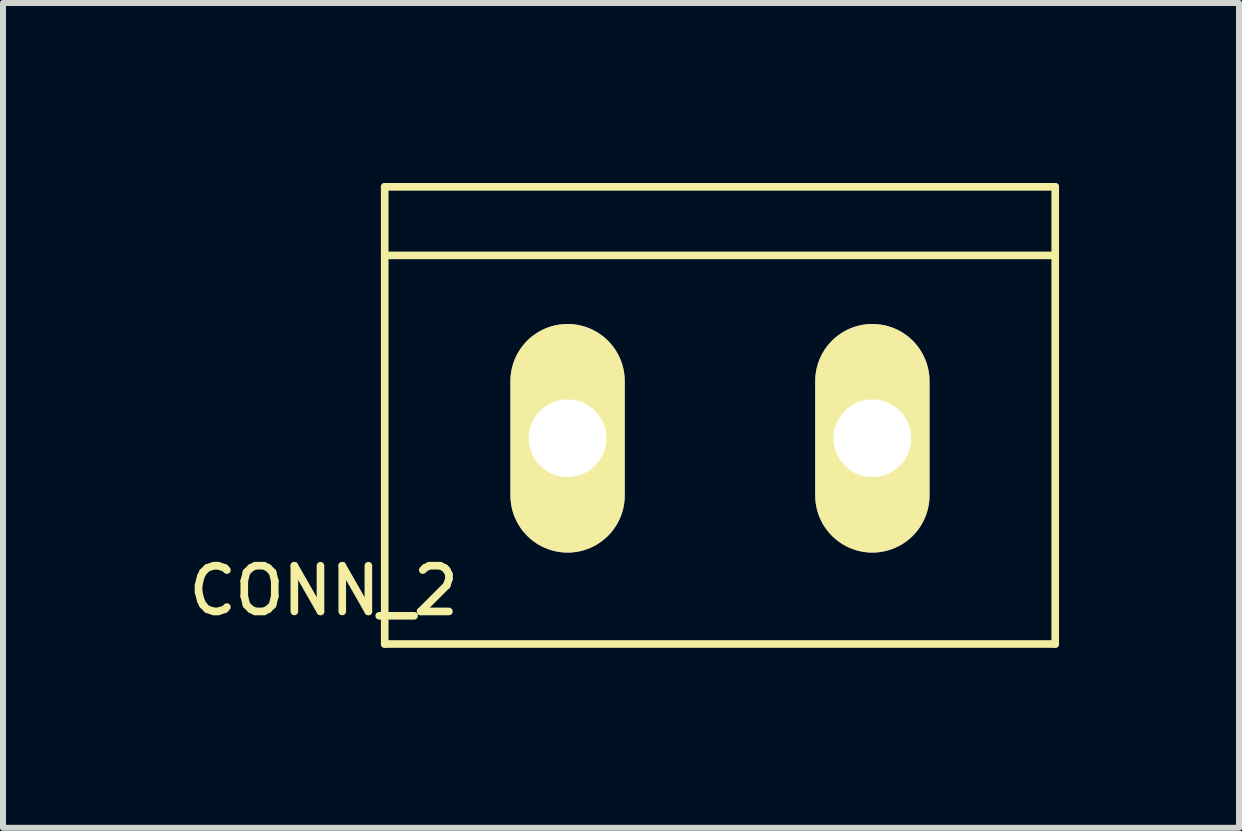
<source format=kicad_pcb>
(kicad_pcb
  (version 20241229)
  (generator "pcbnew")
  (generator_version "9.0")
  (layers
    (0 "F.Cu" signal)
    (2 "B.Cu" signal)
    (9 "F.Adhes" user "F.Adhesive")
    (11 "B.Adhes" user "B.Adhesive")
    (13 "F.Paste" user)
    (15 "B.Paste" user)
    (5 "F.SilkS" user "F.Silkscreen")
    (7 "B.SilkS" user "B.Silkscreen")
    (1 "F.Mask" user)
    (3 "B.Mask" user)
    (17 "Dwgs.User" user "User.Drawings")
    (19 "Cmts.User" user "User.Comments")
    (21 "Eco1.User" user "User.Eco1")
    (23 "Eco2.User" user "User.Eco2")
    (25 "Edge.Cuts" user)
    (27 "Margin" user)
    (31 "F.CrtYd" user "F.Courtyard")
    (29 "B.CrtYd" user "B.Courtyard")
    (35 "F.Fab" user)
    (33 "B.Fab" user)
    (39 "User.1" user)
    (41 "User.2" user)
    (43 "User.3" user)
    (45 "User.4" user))
  (footprint "CONN_2"
    (layer "F.Cu")
    (at 8.95 4.255)
    (property "Reference" "CONN_2" (at -6.604 2.54 0) (layer "F.SilkS") (effects (font (size 0.762 0.762) (thickness 0.127))))
    (attr exclude_from_pos_files exclude_from_bom)
    (fp_line (start -5.588 -4.191) (end 5.588 -4.191) (stroke (width 0.127) (type solid)) (layer "F.SilkS"))
    (fp_line (start -5.588 -3.048) (end 5.588 -3.048) (stroke (width 0.127) (type solid)) (layer "F.SilkS"))
    (fp_line (start -5.588 3.429) (end -5.588 -4.191) (stroke (width 0.127) (type solid)) (layer "F.SilkS"))
    (fp_line (start 5.588 -4.191) (end 5.588 3.429) (stroke (width 0.127) (type solid)) (layer "F.SilkS"))
    (fp_line (start 5.588 3.429) (end -5.588 3.429) (stroke (width 0.127) (type solid)) (layer "F.SilkS"))
    (pad "1" thru_hole oval (at -2.54 0) (size 1.905 3.81) (drill 1.295) (layers "*.Cu" "*.Mask" "F.SilkS"))
    (pad "2" thru_hole oval (at 2.54 0) (size 1.905 3.81) (drill 1.295) (layers "*.Cu" "*.Mask" "F.SilkS")))
  (gr_rect
    (start -3 -3)
    (end 17.601 10.747)
    (stroke (width 0.1) (type default))
    (fill no)
    (layer "Edge.Cuts")))
</source>
